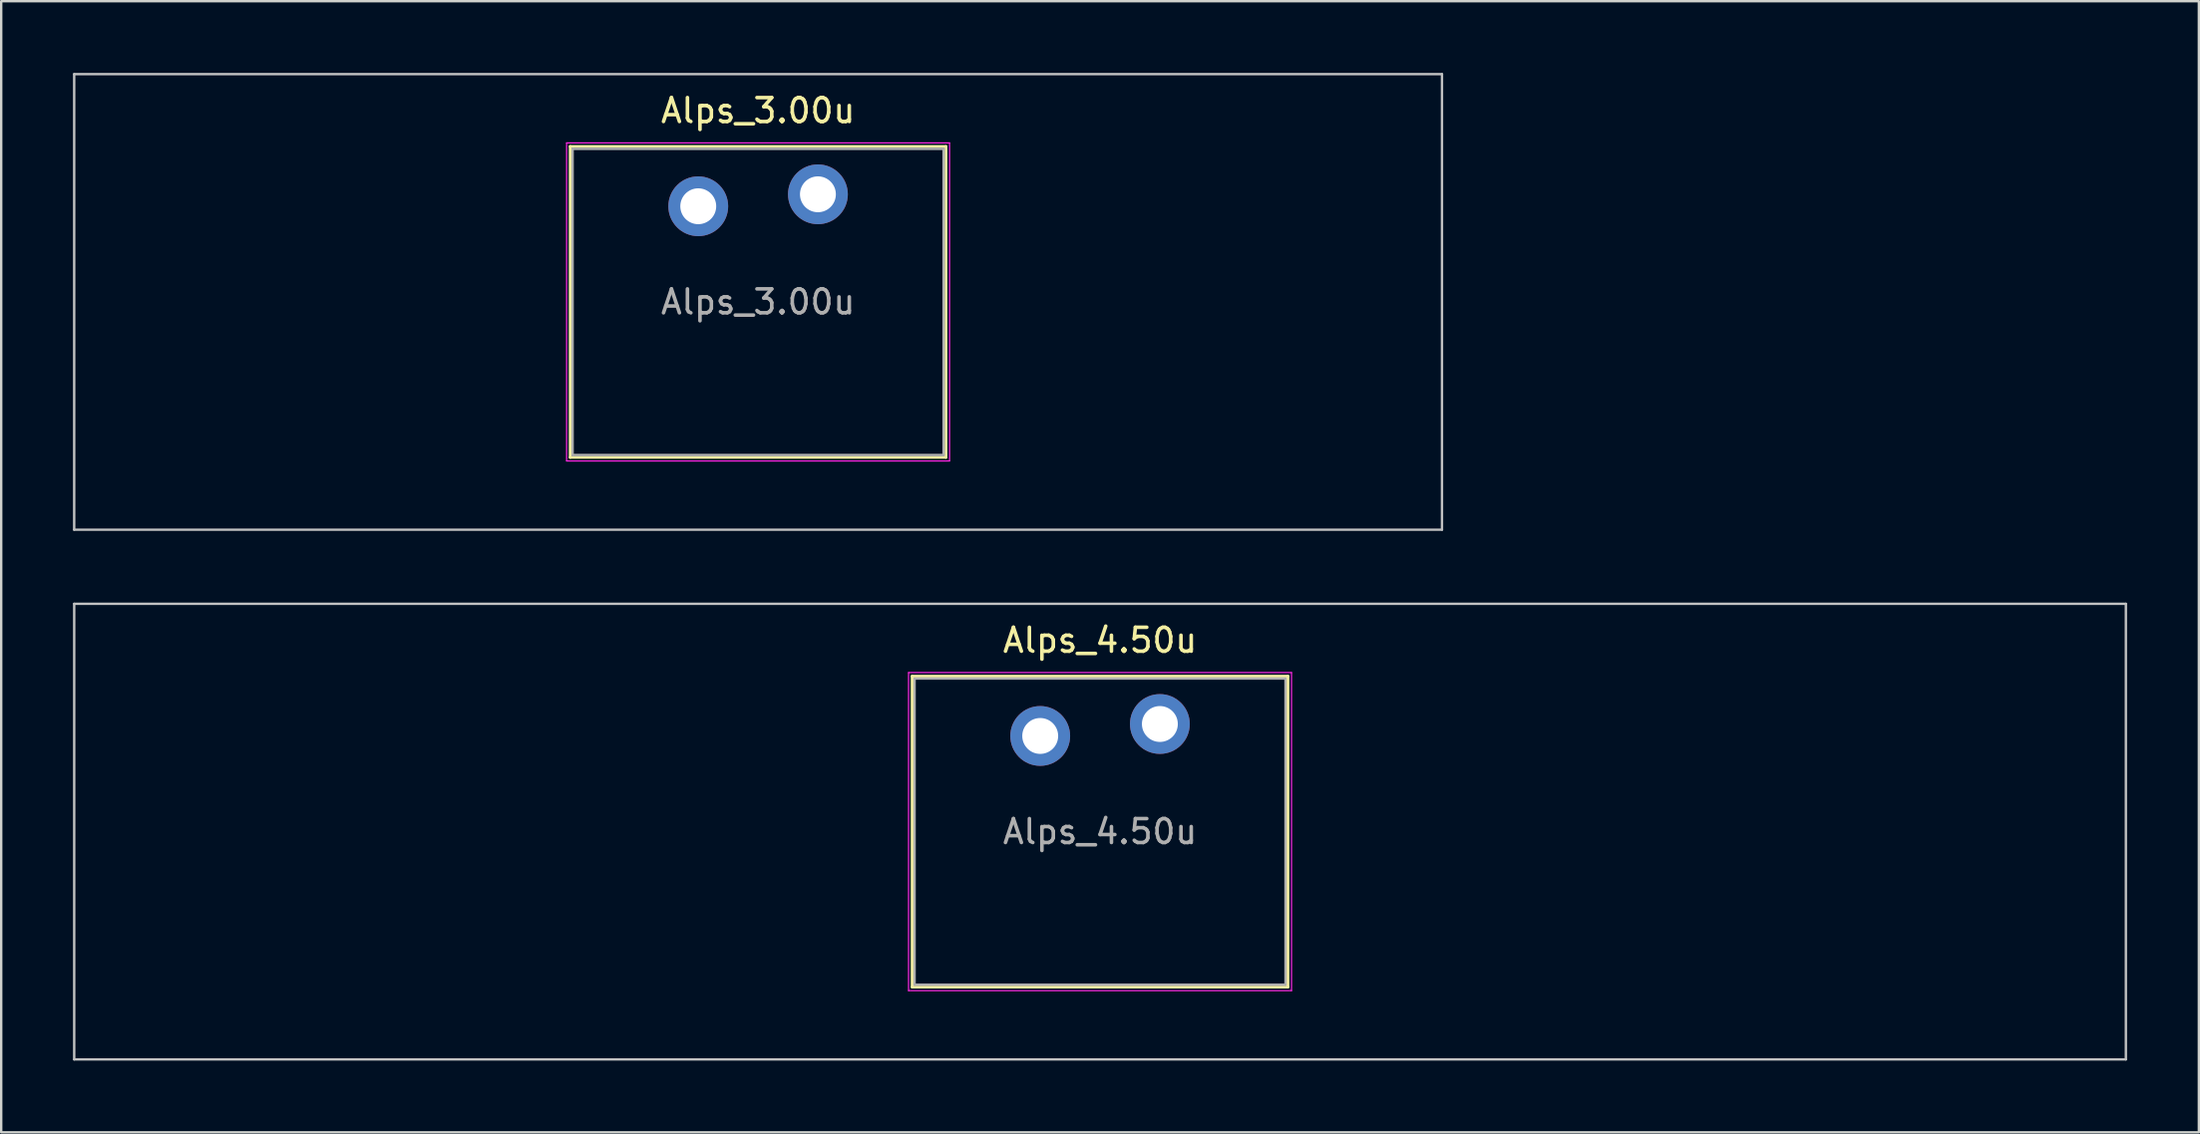
<source format=kicad_pcb>
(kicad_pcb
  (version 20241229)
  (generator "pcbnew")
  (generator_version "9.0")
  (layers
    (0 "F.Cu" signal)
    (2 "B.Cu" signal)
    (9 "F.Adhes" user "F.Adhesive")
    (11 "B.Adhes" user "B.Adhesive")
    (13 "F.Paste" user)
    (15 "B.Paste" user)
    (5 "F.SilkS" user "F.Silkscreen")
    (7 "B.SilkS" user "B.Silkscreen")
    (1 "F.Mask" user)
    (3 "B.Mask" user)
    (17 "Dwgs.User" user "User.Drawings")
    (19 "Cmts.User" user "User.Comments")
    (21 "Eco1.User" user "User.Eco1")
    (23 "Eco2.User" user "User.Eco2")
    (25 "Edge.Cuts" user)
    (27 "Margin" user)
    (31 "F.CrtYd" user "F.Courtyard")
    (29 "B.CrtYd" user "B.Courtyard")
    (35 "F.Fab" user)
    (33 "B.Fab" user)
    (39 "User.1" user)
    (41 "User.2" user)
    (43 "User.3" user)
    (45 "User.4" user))
  (footprint "Alps_3.00u"
    (layer "F.Cu")
    (at 28.625 9.575)
    (property "Reference" "Alps_3.00u" (at 0 -8 0) (layer "F.SilkS") (effects (font (size 1 1) (thickness 0.15))))
    (attr through_hole)
    (fp_line (start -7.85 -6.5) (end -7.85 6.5) (stroke (width 0.12) (type solid)) (layer "F.SilkS"))
    (fp_line (start -7.85 6.5) (end 7.85 6.5) (stroke (width 0.12) (type solid)) (layer "F.SilkS"))
    (fp_line (start 7.85 -6.5) (end -7.85 -6.5) (stroke (width 0.12) (type solid)) (layer "F.SilkS"))
    (fp_line (start 7.85 6.5) (end 7.85 -6.5) (stroke (width 0.12) (type solid)) (layer "F.SilkS"))
    (fp_line (start -28.575 -9.525) (end -28.575 9.525) (stroke (width 0.1) (type solid)) (layer "Dwgs.User"))
    (fp_line (start -28.575 9.525) (end 28.575 9.525) (stroke (width 0.1) (type solid)) (layer "Dwgs.User"))
    (fp_line (start 28.575 -9.525) (end -28.575 -9.525) (stroke (width 0.1) (type solid)) (layer "Dwgs.User"))
    (fp_line (start 28.575 9.525) (end 28.575 -9.525) (stroke (width 0.1) (type solid)) (layer "Dwgs.User"))
    (fp_line (start -7.75 -6.4) (end -7.75 6.4) (stroke (width 0.1) (type solid)) (layer "Eco1.User"))
    (fp_line (start -7.75 6.4) (end 7.75 6.4) (stroke (width 0.1) (type solid)) (layer "Eco1.User"))
    (fp_line (start 7.75 -6.4) (end -7.75 -6.4) (stroke (width 0.1) (type solid)) (layer "Eco1.User"))
    (fp_line (start 7.75 6.4) (end 7.75 -6.4) (stroke (width 0.1) (type solid)) (layer "Eco1.User"))
    (fp_line (start -8 -6.65) (end -8 6.65) (stroke (width 0.05) (type solid)) (layer "F.CrtYd"))
    (fp_line (start -8 6.65) (end 8 6.65) (stroke (width 0.05) (type solid)) (layer "F.CrtYd"))
    (fp_line (start 8 -6.65) (end -8 -6.65) (stroke (width 0.05) (type solid)) (layer "F.CrtYd"))
    (fp_line (start 8 6.65) (end 8 -6.65) (stroke (width 0.05) (type solid)) (layer "F.CrtYd"))
    (fp_line (start -7.75 -6.4) (end -7.75 6.4) (stroke (width 0.1) (type solid)) (layer "F.Fab"))
    (fp_line (start -7.75 6.4) (end 7.75 6.4) (stroke (width 0.1) (type solid)) (layer "F.Fab"))
    (fp_line (start 7.75 -6.4) (end -7.75 -6.4) (stroke (width 0.1) (type solid)) (layer "F.Fab"))
    (fp_line (start 7.75 6.4) (end 7.75 -6.4) (stroke (width 0.1) (type solid)) (layer "F.Fab"))
    (fp_text user "${REFERENCE}" (at 0 0 0) (layer "F.Fab") (effects (font (size 1 1) (thickness 0.15))))
    (pad "1" thru_hole circle (at -2.5 -4) (size 2.5 2.5) (drill 1.5) (layers "*.Cu" "*.Mask"))
    (pad "2" thru_hole circle (at 2.5 -4.5) (size 2.5 2.5) (drill 1.5) (layers "*.Cu" "*.Mask")))
  (footprint "Alps_4.50u"
    (layer "F.Cu")
    (at 42.913 31.725)
    (property "Reference" "Alps_4.50u" (at 0 -8 0) (layer "F.SilkS") (effects (font (size 1 1) (thickness 0.15))))
    (attr through_hole)
    (fp_line (start -7.85 -6.5) (end -7.85 6.5) (stroke (width 0.12) (type solid)) (layer "F.SilkS"))
    (fp_line (start -7.85 6.5) (end 7.85 6.5) (stroke (width 0.12) (type solid)) (layer "F.SilkS"))
    (fp_line (start 7.85 -6.5) (end -7.85 -6.5) (stroke (width 0.12) (type solid)) (layer "F.SilkS"))
    (fp_line (start 7.85 6.5) (end 7.85 -6.5) (stroke (width 0.12) (type solid)) (layer "F.SilkS"))
    (fp_line (start -42.862 -9.525) (end -42.862 9.525) (stroke (width 0.1) (type solid)) (layer "Dwgs.User"))
    (fp_line (start -42.862 9.525) (end 42.862 9.525) (stroke (width 0.1) (type solid)) (layer "Dwgs.User"))
    (fp_line (start 42.862 -9.525) (end -42.862 -9.525) (stroke (width 0.1) (type solid)) (layer "Dwgs.User"))
    (fp_line (start 42.862 9.525) (end 42.862 -9.525) (stroke (width 0.1) (type solid)) (layer "Dwgs.User"))
    (fp_line (start -7.75 -6.4) (end -7.75 6.4) (stroke (width 0.1) (type solid)) (layer "Eco1.User"))
    (fp_line (start -7.75 6.4) (end 7.75 6.4) (stroke (width 0.1) (type solid)) (layer "Eco1.User"))
    (fp_line (start 7.75 -6.4) (end -7.75 -6.4) (stroke (width 0.1) (type solid)) (layer "Eco1.User"))
    (fp_line (start 7.75 6.4) (end 7.75 -6.4) (stroke (width 0.1) (type solid)) (layer "Eco1.User"))
    (fp_line (start -8 -6.65) (end -8 6.65) (stroke (width 0.05) (type solid)) (layer "F.CrtYd"))
    (fp_line (start -8 6.65) (end 8 6.65) (stroke (width 0.05) (type solid)) (layer "F.CrtYd"))
    (fp_line (start 8 -6.65) (end -8 -6.65) (stroke (width 0.05) (type solid)) (layer "F.CrtYd"))
    (fp_line (start 8 6.65) (end 8 -6.65) (stroke (width 0.05) (type solid)) (layer "F.CrtYd"))
    (fp_line (start -7.75 -6.4) (end -7.75 6.4) (stroke (width 0.1) (type solid)) (layer "F.Fab"))
    (fp_line (start -7.75 6.4) (end 7.75 6.4) (stroke (width 0.1) (type solid)) (layer "F.Fab"))
    (fp_line (start 7.75 -6.4) (end -7.75 -6.4) (stroke (width 0.1) (type solid)) (layer "F.Fab"))
    (fp_line (start 7.75 6.4) (end 7.75 -6.4) (stroke (width 0.1) (type solid)) (layer "F.Fab"))
    (fp_text user "${REFERENCE}" (at 0 0 0) (layer "F.Fab") (effects (font (size 1 1) (thickness 0.15))))
    (pad "1" thru_hole circle (at -2.5 -4) (size 2.5 2.5) (drill 1.5) (layers "*.Cu" "*.Mask"))
    (pad "2" thru_hole circle (at 2.5 -4.5) (size 2.5 2.5) (drill 1.5) (layers "*.Cu" "*.Mask")))
  (gr_rect
    (start -3 -3)
    (end 88.825 44.3)
    (stroke (width 0.1) (type default))
    (fill no)
    (layer "Edge.Cuts")))
</source>
